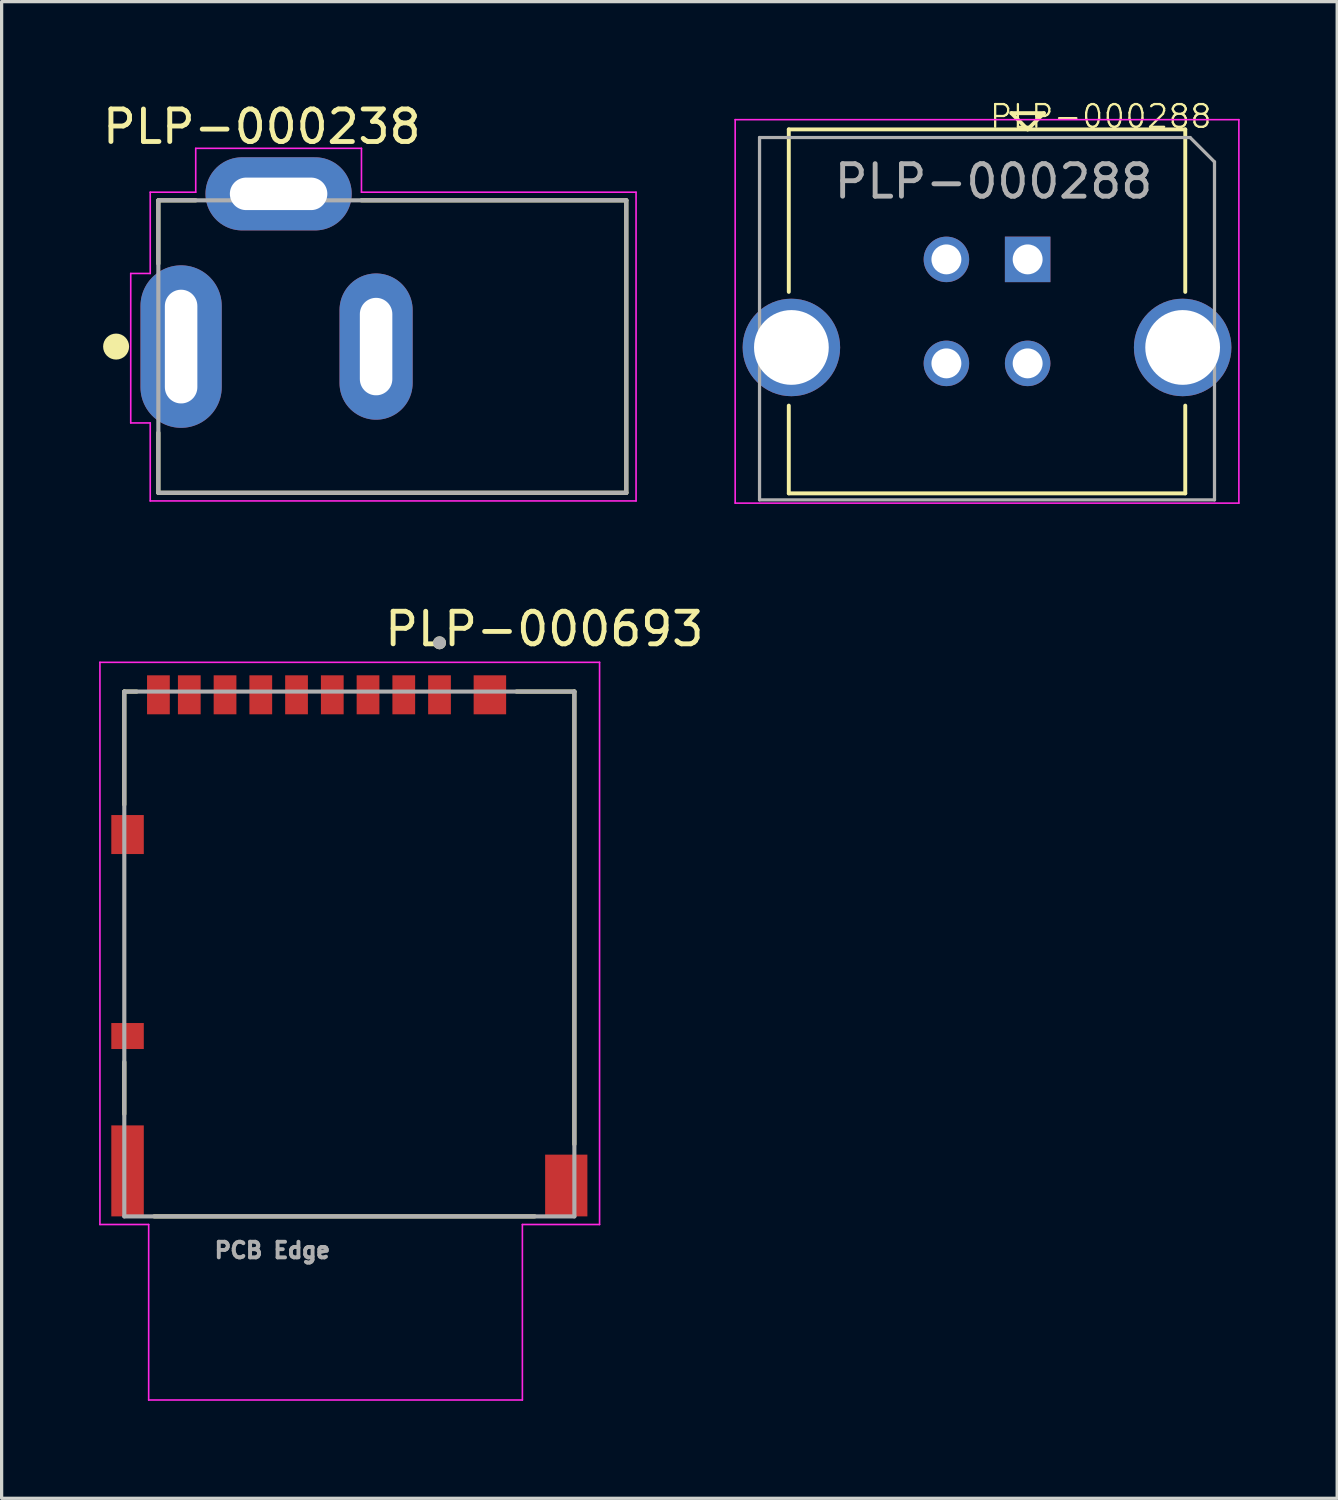
<source format=kicad_pcb>
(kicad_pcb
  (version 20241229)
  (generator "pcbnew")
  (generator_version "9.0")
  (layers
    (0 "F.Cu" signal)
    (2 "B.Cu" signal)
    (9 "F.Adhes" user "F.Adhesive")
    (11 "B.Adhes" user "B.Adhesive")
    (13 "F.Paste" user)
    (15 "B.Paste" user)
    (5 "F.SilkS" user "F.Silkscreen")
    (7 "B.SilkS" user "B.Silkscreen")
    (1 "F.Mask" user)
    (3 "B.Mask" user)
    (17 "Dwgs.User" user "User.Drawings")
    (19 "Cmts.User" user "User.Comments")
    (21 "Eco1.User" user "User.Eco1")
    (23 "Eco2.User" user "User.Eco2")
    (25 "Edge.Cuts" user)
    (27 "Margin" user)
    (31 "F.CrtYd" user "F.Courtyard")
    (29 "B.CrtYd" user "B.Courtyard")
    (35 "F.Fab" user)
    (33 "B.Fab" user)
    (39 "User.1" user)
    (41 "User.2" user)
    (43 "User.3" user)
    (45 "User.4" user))
  (footprint "PLP-000288"
    (layer "F.Cu")
    (at 27.323 6.532)
    (property "Reference" "PLP-000288" (at 3.5 -6 0) (layer "F.SilkS") (effects (font (size 0.7 0.7) (thickness 0.07))))
    (attr through_hole)
    (fp_line (start -6.1 -5.6) (end 6.1 -5.6) (stroke (width 0.12) (type solid)) (layer "F.SilkS"))
    (fp_line (start -6.1 -0.6) (end -6.1 -5.6) (stroke (width 0.12) (type solid)) (layer "F.SilkS"))
    (fp_line (start -6.1 5.6) (end -6.1 2.9) (stroke (width 0.12) (type solid)) (layer "F.SilkS"))
    (fp_line (start 0.75 -6.1) (end 1.25 -5.6) (stroke (width 0.12) (type solid)) (layer "F.SilkS"))
    (fp_line (start 1.25 -5.6) (end 1.75 -6.1) (stroke (width 0.12) (type solid)) (layer "F.SilkS"))
    (fp_line (start 1.75 -6.1) (end 0.75 -6.1) (stroke (width 0.12) (type solid)) (layer "F.SilkS"))
    (fp_line (start 6.1 -5.6) (end 6.1 -0.6) (stroke (width 0.12) (type solid)) (layer "F.SilkS"))
    (fp_line (start 6.1 2.9) (end 6.1 5.6) (stroke (width 0.12) (type solid)) (layer "F.SilkS"))
    (fp_line (start 6.1 5.6) (end -6.1 5.6) (stroke (width 0.12) (type solid)) (layer "F.SilkS"))
    (fp_line (start -7.75 -5.9) (end -7.75 5.9) (stroke (width 0.05) (type solid)) (layer "F.CrtYd"))
    (fp_line (start -7.75 -5.9) (end 7.75 -5.9) (stroke (width 0.05) (type solid)) (layer "F.CrtYd"))
    (fp_line (start 7.75 5.9) (end -7.75 5.9) (stroke (width 0.05) (type solid)) (layer "F.CrtYd"))
    (fp_line (start 7.75 5.9) (end 7.75 -5.9) (stroke (width 0.05) (type solid)) (layer "F.CrtYd"))
    (fp_line (start -7 -5.35) (end 6.25 -5.35) (stroke (width 0.1) (type solid)) (layer "F.Fab"))
    (fp_line (start -7 5.8) (end -7 -5.35) (stroke (width 0.1) (type solid)) (layer "F.Fab"))
    (fp_line (start 6.25 -5.35) (end 7 -4.6) (stroke (width 0.1) (type solid)) (layer "F.Fab"))
    (fp_line (start 7 -4.6) (end 7 5.8) (stroke (width 0.1) (type solid)) (layer "F.Fab"))
    (fp_line (start 7 5.8) (end -7 5.8) (stroke (width 0.1) (type solid)) (layer "F.Fab"))
    (fp_text user "${REFERENCE}" (at 0.2 -4 0) (layer "F.Fab") (effects (font (size 1 1) (thickness 0.15))))
    (pad "1" thru_hole rect (at 1.25 -1.6) (size 1.4 1.4) (drill 0.92) (layers "*.Cu" "*.Mask"))
    (pad "2" thru_hole circle (at -1.25 -1.6) (size 1.4 1.4) (drill 0.92) (layers "*.Cu" "*.Mask"))
    (pad "3" thru_hole circle (at -1.25 1.6) (size 1.4 1.4) (drill 0.92) (layers "*.Cu" "*.Mask"))
    (pad "4" thru_hole circle (at 1.25 1.6) (size 1.4 1.4) (drill 0.92) (layers "*.Cu" "*.Mask"))
    (pad "5" thru_hole circle (at -6.02 1.11) (size 3 3) (drill 2.3) (layers "*.Cu" "*.Mask"))
    (pad "5" thru_hole circle (at 6.02 1.11) (size 3 3) (drill 2.3) (layers "*.Cu" "*.Mask")))
  (footprint "PLP-000238"
    (layer "F.Cu")
    (at 9.023 7.615)
    (property "Reference" "PLP-000238" (at -4.016 -6.766 0) (layer "F.SilkS") (effects (font (size 1 1) (thickness 0.15))))
    (attr through_hole)
    (fp_line (start -7.2 -4.5) (end -6.05 -4.5) (stroke (width 0.127) (type solid)) (layer "F.SilkS"))
    (fp_line (start -7.2 -2.55) (end -7.2 -4.5) (stroke (width 0.127) (type solid)) (layer "F.SilkS"))
    (fp_line (start -7.2 4.5) (end -7.2 2.65) (stroke (width 0.127) (type solid)) (layer "F.SilkS"))
    (fp_line (start -0.95 -4.5) (end 7.2 -4.5) (stroke (width 0.127) (type solid)) (layer "F.SilkS"))
    (fp_line (start 7.2 -4.5) (end 7.2 4.5) (stroke (width 0.127) (type solid)) (layer "F.SilkS"))
    (fp_line (start 7.2 4.5) (end -7.2 4.5) (stroke (width 0.127) (type solid)) (layer "F.SilkS"))
    (fp_circle (center -8.5 0) (end -8.3 0) (stroke (width 0.4) (type solid)) (fill no) (layer "F.SilkS"))
    (fp_line (start -8.05 -2.25) (end -8.05 2.35) (stroke (width 0.05) (type solid)) (layer "F.CrtYd"))
    (fp_line (start -8.05 2.35) (end -7.45 2.35) (stroke (width 0.05) (type solid)) (layer "F.CrtYd"))
    (fp_line (start -7.45 -4.75) (end -6.05 -4.75) (stroke (width 0.05) (type solid)) (layer "F.CrtYd"))
    (fp_line (start -7.45 -2.25) (end -8.05 -2.25) (stroke (width 0.05) (type solid)) (layer "F.CrtYd"))
    (fp_line (start -7.45 -2.25) (end -7.45 -4.75) (stroke (width 0.05) (type solid)) (layer "F.CrtYd"))
    (fp_line (start -7.45 4.75) (end -7.45 2.35) (stroke (width 0.05) (type solid)) (layer "F.CrtYd"))
    (fp_line (start -6.05 -6.1) (end -0.95 -6.1) (stroke (width 0.05) (type solid)) (layer "F.CrtYd"))
    (fp_line (start -6.05 -4.75) (end -6.05 -6.1) (stroke (width 0.05) (type solid)) (layer "F.CrtYd"))
    (fp_line (start -0.95 -6.1) (end -0.95 -4.75) (stroke (width 0.05) (type solid)) (layer "F.CrtYd"))
    (fp_line (start -0.95 -4.75) (end 7.5 -4.75) (stroke (width 0.05) (type solid)) (layer "F.CrtYd"))
    (fp_line (start 7.5 -4.75) (end 7.5 4.75) (stroke (width 0.05) (type solid)) (layer "F.CrtYd"))
    (fp_line (start 7.5 4.75) (end -7.45 4.75) (stroke (width 0.05) (type solid)) (layer "F.CrtYd"))
    (fp_line (start -7.2 -4.5) (end 7.2 -4.5) (stroke (width 0.127) (type solid)) (layer "F.Fab"))
    (fp_line (start -7.2 4.5) (end -7.2 -4.5) (stroke (width 0.127) (type solid)) (layer "F.Fab"))
    (fp_line (start 7.2 -4.5) (end 7.2 4.5) (stroke (width 0.127) (type solid)) (layer "F.Fab"))
    (fp_line (start 7.2 4.5) (end -7.2 4.5) (stroke (width 0.127) (type solid)) (layer "F.Fab"))
    (pad "1" thru_hole oval (at -6.5 0) (size 2.5 5) (drill oval 1 3.5) (layers "*.Cu" "*.Mask"))
    (pad "2" thru_hole oval (at -0.5 0) (size 2.25 4.5) (drill oval 1 3) (layers "*.Cu" "*.Mask"))
    (pad "3" thru_hole oval (at -3.5 -4.7) (size 4.5 2.25) (drill oval 3 1) (layers "*.Cu" "*.Mask")))
  (footprint "PLP-000693"
    (layer "F.Cu")
    (at 7.7 26.306)
    (property "Reference" "PLP-000693" (at 6 -10 0) (layer "F.SilkS") (effects (font (size 1.002 1.002) (thickness 0.15))))
    (attr smd)
    (fp_line (start -6.925 -8.075) (end -6.545 -8.075) (stroke (width 0.127) (type solid)) (layer "F.SilkS"))
    (fp_line (start -6.925 -4.595) (end -6.925 -8.075) (stroke (width 0.127) (type solid)) (layer "F.SilkS"))
    (fp_line (start -6.925 4.925) (end -6.925 3.325) (stroke (width 0.127) (type solid)) (layer "F.SilkS"))
    (fp_line (start -6.005 8.075) (end 5.705 8.075) (stroke (width 0.127) (type solid)) (layer "F.SilkS"))
    (fp_line (start 5.145 -8.075) (end 6.925 -8.075) (stroke (width 0.127) (type solid)) (layer "F.SilkS"))
    (fp_line (start 6.925 -8.075) (end 6.925 5.855) (stroke (width 0.127) (type solid)) (layer "F.SilkS"))
    (fp_circle (center 2.775 -9.575) (end 2.875 -9.575) (stroke (width 0.2) (type solid)) (fill no) (layer "F.SilkS"))
    (fp_line (start -7.675 -8.975) (end 7.7 -8.975) (stroke (width 0.05) (type solid)) (layer "F.CrtYd"))
    (fp_line (start -7.675 8.325) (end -7.675 -8.975) (stroke (width 0.05) (type solid)) (layer "F.CrtYd"))
    (fp_line (start -6.175 8.325) (end -7.675 8.325) (stroke (width 0.05) (type solid)) (layer "F.CrtYd"))
    (fp_line (start -6.175 13.725) (end -6.175 8.325) (stroke (width 0.05) (type solid)) (layer "F.CrtYd"))
    (fp_line (start 5.325 8.325) (end 5.325 13.725) (stroke (width 0.05) (type solid)) (layer "F.CrtYd"))
    (fp_line (start 5.325 13.725) (end -6.175 13.725) (stroke (width 0.05) (type solid)) (layer "F.CrtYd"))
    (fp_line (start 7.7 -8.975) (end 7.7 8.325) (stroke (width 0.05) (type solid)) (layer "F.CrtYd"))
    (fp_line (start 7.7 8.325) (end 5.325 8.325) (stroke (width 0.05) (type solid)) (layer "F.CrtYd"))
    (fp_line (start -6.925 -8.075) (end 6.925 -8.075) (stroke (width 0.127) (type solid)) (layer "F.Fab"))
    (fp_line (start -6.925 8.075) (end -6.925 -8.075) (stroke (width 0.127) (type solid)) (layer "F.Fab"))
    (fp_line (start 6.925 -8.075) (end 6.925 8.075) (stroke (width 0.127) (type solid)) (layer "F.Fab"))
    (fp_line (start 6.925 8.075) (end -6.925 8.075) (stroke (width 0.127) (type solid)) (layer "F.Fab"))
    (fp_circle (center 2.775 -9.575) (end 2.875 -9.575) (stroke (width 0.2) (type solid)) (fill no) (layer "F.Fab"))
    (fp_text user "PCB Edge" (at -2.368 9.12 0) (layer "F.Fab") (effects (font (size 0.481 0.481) (thickness 0.15))))
    (pad "1" smd rect (at 2.775 -7.975) (size 0.7 1.2) (layers "F.Cu" "F.Mask" "F.Paste"))
    (pad "2" smd rect (at 1.675 -7.975) (size 0.7 1.2) (layers "F.Cu" "F.Mask" "F.Paste"))
    (pad "3" smd rect (at 0.575 -7.975) (size 0.7 1.2) (layers "F.Cu" "F.Mask" "F.Paste"))
    (pad "4" smd rect (at -0.525 -7.975) (size 0.7 1.2) (layers "F.Cu" "F.Mask" "F.Paste"))
    (pad "5" smd rect (at -1.625 -7.975) (size 0.7 1.2) (layers "F.Cu" "F.Mask" "F.Paste"))
    (pad "6" smd rect (at -2.725 -7.975) (size 0.7 1.2) (layers "F.Cu" "F.Mask" "F.Paste"))
    (pad "7" smd rect (at -3.825 -7.975) (size 0.7 1.2) (layers "F.Cu" "F.Mask" "F.Paste"))
    (pad "8" smd rect (at -4.925 -7.975) (size 0.7 1.2) (layers "F.Cu" "F.Mask" "F.Paste"))
    (pad "P1" smd rect (at -6.825 -3.675) (size 1 1.2) (layers "F.Cu" "F.Mask" "F.Paste"))
    (pad "P2" smd rect (at -6.825 6.675) (size 1 2.8) (layers "F.Cu" "F.Mask" "F.Paste"))
    (pad "P3" smd rect (at 6.675 7.125) (size 1.3 1.9) (layers "F.Cu" "F.Mask" "F.Paste"))
    (pad "P4" smd rect (at 4.325 -7.975) (size 1 1.2) (layers "F.Cu" "F.Mask" "F.Paste"))
    (pad "SWA" smd rect (at -6.825 2.525) (size 1 0.8) (layers "F.Cu" "F.Mask" "F.Paste"))
    (pad "SWB" smd rect (at -5.875 -7.975) (size 0.7 1.2) (layers "F.Cu" "F.Mask" "F.Paste"))
    (zone (net_name "") (layer "F.Cu") (hatch full 0.508) (connect_pads) (min_thickness 0.01) (filled_areas_thickness no) (keepout (tracks not_allowed) (vias not_allowed) (pads not_allowed) (copperpour not_allowed) (footprints allowed)) (placement (enabled no)) (fill) (polygon (pts (xy 0.475 18.781) (xy 1.225 18.781) (xy 1.225 22.031) (xy 0.475 22.031))))
    (zone (net_name "") (layer "F.Cu") (hatch full 0.508) (connect_pads) (min_thickness 0.01) (filled_areas_thickness no) (keepout (tracks not_allowed) (vias not_allowed) (pads not_allowed) (copperpour not_allowed) (footprints allowed)) (placement (enabled no)) (fill) (polygon (pts (xy 0.475 23.231) (xy 1.225 23.231) (xy 1.225 26.831) (xy 0.475 26.831))))
    (zone (net_name "") (layer "F.Cu") (hatch full 0.508) (connect_pads) (min_thickness 0.01) (filled_areas_thickness no) (keepout (tracks not_allowed) (vias not_allowed) (pads not_allowed) (copperpour not_allowed) (footprints allowed)) (placement (enabled no)) (fill) (polygon (pts (xy 1.575 24.631) (xy 2.275 24.631) (xy 2.275 32.231) (xy 1.575 32.231))))
    (zone (net_name "") (layer "F.Cu") (hatch full 0.508) (connect_pads) (min_thickness 0.01) (filled_areas_thickness no) (keepout (tracks not_allowed) (vias not_allowed) (pads not_allowed) (copperpour not_allowed) (footprints allowed)) (placement (enabled no)) (fill) (polygon (pts (xy 2.275 23.331) (xy 10.975 23.331) (xy 10.975 24.931) (xy 2.275 24.931))))
    (zone (net_name "") (layer "F.Cu") (hatch full 0.508) (connect_pads) (min_thickness 0.01) (filled_areas_thickness no) (keepout (tracks not_allowed) (vias not_allowed) (pads not_allowed) (copperpour not_allowed) (footprints allowed)) (placement (enabled no)) (fill) (polygon (pts (xy 10.625 33.031) (xy 13.175 33.031) (xy 13.175 34.381) (xy 10.625 34.381)))))
  (gr_rect
    (start -3 -3)
    (end 38.098 43.056)
    (stroke (width 0.1) (type default))
    (fill no)
    (layer "Edge.Cuts")))
</source>
